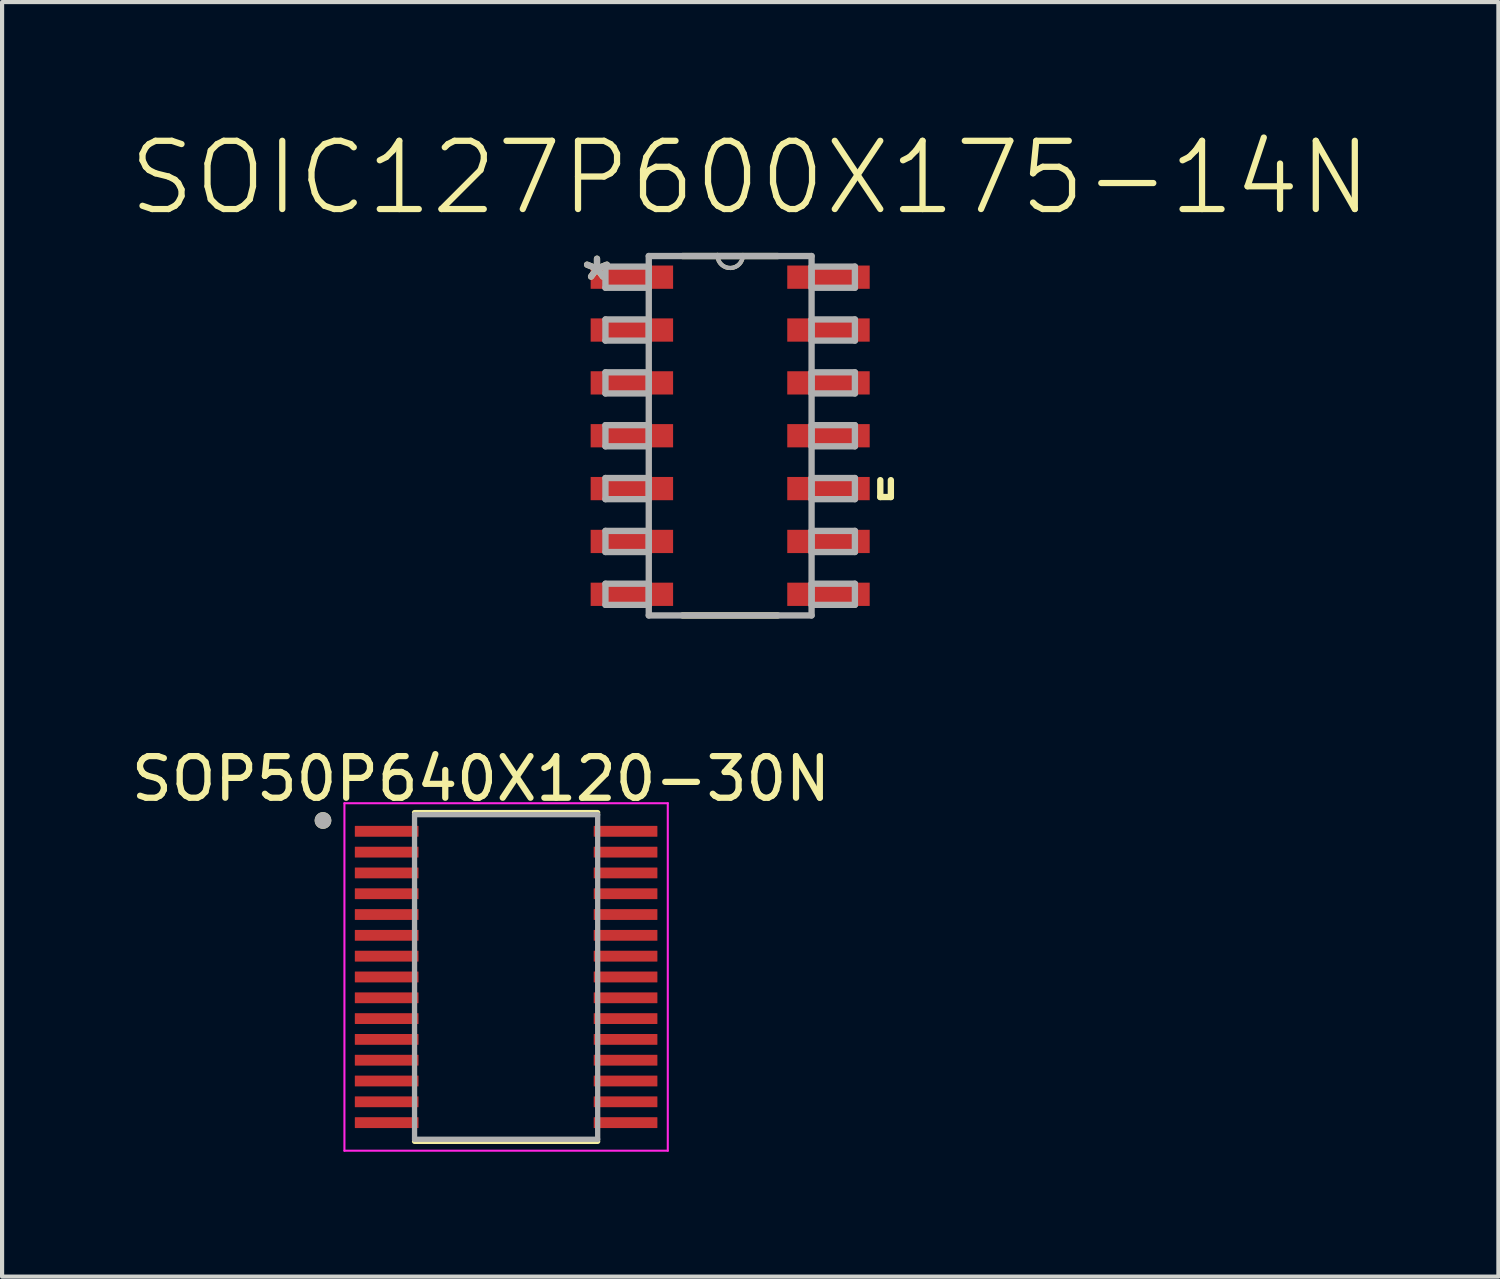
<source format=kicad_pcb>
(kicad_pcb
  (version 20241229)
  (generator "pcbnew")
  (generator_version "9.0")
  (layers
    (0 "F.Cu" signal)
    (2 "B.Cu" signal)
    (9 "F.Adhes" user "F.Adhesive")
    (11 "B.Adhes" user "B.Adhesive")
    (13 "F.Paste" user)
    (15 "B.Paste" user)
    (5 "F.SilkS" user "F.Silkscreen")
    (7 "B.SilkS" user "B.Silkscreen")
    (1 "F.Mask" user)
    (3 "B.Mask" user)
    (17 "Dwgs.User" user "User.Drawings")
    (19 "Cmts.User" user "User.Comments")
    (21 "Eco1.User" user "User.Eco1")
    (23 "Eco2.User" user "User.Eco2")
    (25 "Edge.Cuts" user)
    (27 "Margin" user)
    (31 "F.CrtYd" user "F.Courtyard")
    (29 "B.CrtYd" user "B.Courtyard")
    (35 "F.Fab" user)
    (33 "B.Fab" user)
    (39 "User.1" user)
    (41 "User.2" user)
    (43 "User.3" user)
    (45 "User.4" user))
  (footprint "SOIC127P600X175-14N"
    (layer "F.Cu")
    (at 14.495 7.42)
    (property "Reference" "SOIC127P600X175-14N" (at 0.483 -6.198 0) (layer "F.SilkS") (effects (font (size 1.64 1.64) (thickness 0.15))))
    (attr through_hole)
    (fp_line (start -1.143 4.318) (end 1.143 4.318) (stroke (width 0.152) (type solid)) (layer "F.SilkS"))
    (fp_line (start -0.305 -4.318) (end -1.143 -4.318) (stroke (width 0.152) (type solid)) (layer "F.SilkS"))
    (fp_line (start 1.143 -4.318) (end -0.305 -4.318) (stroke (width 0.152) (type solid)) (layer "F.SilkS"))
    (fp_line (start 3.607 1.473) (end 3.607 1.067) (stroke (width 0.152) (type solid)) (layer "F.SilkS"))
    (fp_line (start 3.861 1.067) (end 3.861 1.473) (stroke (width 0.152) (type solid)) (layer "F.SilkS"))
    (fp_line (start 3.861 1.473) (end 3.607 1.473) (stroke (width 0.152) (type solid)) (layer "F.SilkS"))
    (fp_arc (start 0.3048 -4.3434) (mid 0.0127 -4.0259) (end -0.3048 -4.318) (stroke (width 0.1) (type solid)) (layer "F.SilkS"))
    (fp_line (start -2.997 -4.064) (end -2.997 -3.556) (stroke (width 0.152) (type solid)) (layer "F.Fab"))
    (fp_line (start -2.997 -3.556) (end -1.956 -3.556) (stroke (width 0.152) (type solid)) (layer "F.Fab"))
    (fp_line (start -2.997 -2.794) (end -2.997 -2.286) (stroke (width 0.152) (type solid)) (layer "F.Fab"))
    (fp_line (start -2.997 -2.286) (end -1.956 -2.286) (stroke (width 0.152) (type solid)) (layer "F.Fab"))
    (fp_line (start -2.997 -1.524) (end -2.997 -1.016) (stroke (width 0.152) (type solid)) (layer "F.Fab"))
    (fp_line (start -2.997 -1.016) (end -1.956 -1.016) (stroke (width 0.152) (type solid)) (layer "F.Fab"))
    (fp_line (start -2.997 -0.254) (end -2.997 0.254) (stroke (width 0.152) (type solid)) (layer "F.Fab"))
    (fp_line (start -2.997 0.254) (end -1.956 0.254) (stroke (width 0.152) (type solid)) (layer "F.Fab"))
    (fp_line (start -2.997 1.016) (end -2.997 1.524) (stroke (width 0.152) (type solid)) (layer "F.Fab"))
    (fp_line (start -2.997 1.524) (end -1.956 1.524) (stroke (width 0.152) (type solid)) (layer "F.Fab"))
    (fp_line (start -2.997 2.286) (end -2.997 2.794) (stroke (width 0.152) (type solid)) (layer "F.Fab"))
    (fp_line (start -2.997 2.794) (end -1.956 2.794) (stroke (width 0.152) (type solid)) (layer "F.Fab"))
    (fp_line (start -2.997 3.556) (end -2.997 4.064) (stroke (width 0.152) (type solid)) (layer "F.Fab"))
    (fp_line (start -2.997 4.064) (end -1.956 4.064) (stroke (width 0.152) (type solid)) (layer "F.Fab"))
    (fp_line (start -1.956 -4.318) (end -1.956 4.318) (stroke (width 0.152) (type solid)) (layer "F.Fab"))
    (fp_line (start -1.956 -4.064) (end -2.997 -4.064) (stroke (width 0.152) (type solid)) (layer "F.Fab"))
    (fp_line (start -1.956 -3.556) (end -1.956 -4.064) (stroke (width 0.152) (type solid)) (layer "F.Fab"))
    (fp_line (start -1.956 -2.794) (end -2.997 -2.794) (stroke (width 0.152) (type solid)) (layer "F.Fab"))
    (fp_line (start -1.956 -2.286) (end -1.956 -2.794) (stroke (width 0.152) (type solid)) (layer "F.Fab"))
    (fp_line (start -1.956 -1.524) (end -2.997 -1.524) (stroke (width 0.152) (type solid)) (layer "F.Fab"))
    (fp_line (start -1.956 -1.016) (end -1.956 -1.524) (stroke (width 0.152) (type solid)) (layer "F.Fab"))
    (fp_line (start -1.956 -0.254) (end -2.997 -0.254) (stroke (width 0.152) (type solid)) (layer "F.Fab"))
    (fp_line (start -1.956 0.254) (end -1.956 -0.254) (stroke (width 0.152) (type solid)) (layer "F.Fab"))
    (fp_line (start -1.956 1.016) (end -2.997 1.016) (stroke (width 0.152) (type solid)) (layer "F.Fab"))
    (fp_line (start -1.956 1.524) (end -1.956 1.016) (stroke (width 0.152) (type solid)) (layer "F.Fab"))
    (fp_line (start -1.956 2.286) (end -2.997 2.286) (stroke (width 0.152) (type solid)) (layer "F.Fab"))
    (fp_line (start -1.956 2.794) (end -1.956 2.286) (stroke (width 0.152) (type solid)) (layer "F.Fab"))
    (fp_line (start -1.956 3.556) (end -2.997 3.556) (stroke (width 0.152) (type solid)) (layer "F.Fab"))
    (fp_line (start -1.956 4.064) (end -1.956 3.556) (stroke (width 0.152) (type solid)) (layer "F.Fab"))
    (fp_line (start -1.956 4.318) (end 1.956 4.318) (stroke (width 0.152) (type solid)) (layer "F.Fab"))
    (fp_line (start -0.305 -4.318) (end -1.956 -4.318) (stroke (width 0.152) (type solid)) (layer "F.Fab"))
    (fp_line (start 1.956 -4.318) (end -0.305 -4.318) (stroke (width 0.152) (type solid)) (layer "F.Fab"))
    (fp_line (start 1.956 -4.064) (end 1.956 -3.556) (stroke (width 0.152) (type solid)) (layer "F.Fab"))
    (fp_line (start 1.956 -3.556) (end 2.997 -3.556) (stroke (width 0.152) (type solid)) (layer "F.Fab"))
    (fp_line (start 1.956 -2.794) (end 1.956 -2.286) (stroke (width 0.152) (type solid)) (layer "F.Fab"))
    (fp_line (start 1.956 -2.286) (end 2.997 -2.286) (stroke (width 0.152) (type solid)) (layer "F.Fab"))
    (fp_line (start 1.956 -1.524) (end 1.956 -1.016) (stroke (width 0.152) (type solid)) (layer "F.Fab"))
    (fp_line (start 1.956 -1.016) (end 2.997 -1.016) (stroke (width 0.152) (type solid)) (layer "F.Fab"))
    (fp_line (start 1.956 -0.254) (end 1.956 0.254) (stroke (width 0.152) (type solid)) (layer "F.Fab"))
    (fp_line (start 1.956 0.254) (end 2.997 0.254) (stroke (width 0.152) (type solid)) (layer "F.Fab"))
    (fp_line (start 1.956 1.016) (end 1.956 1.524) (stroke (width 0.152) (type solid)) (layer "F.Fab"))
    (fp_line (start 1.956 1.524) (end 2.997 1.524) (stroke (width 0.152) (type solid)) (layer "F.Fab"))
    (fp_line (start 1.956 2.286) (end 1.956 2.794) (stroke (width 0.152) (type solid)) (layer "F.Fab"))
    (fp_line (start 1.956 2.794) (end 2.997 2.794) (stroke (width 0.152) (type solid)) (layer "F.Fab"))
    (fp_line (start 1.956 3.556) (end 1.956 4.064) (stroke (width 0.152) (type solid)) (layer "F.Fab"))
    (fp_line (start 1.956 4.064) (end 2.997 4.064) (stroke (width 0.152) (type solid)) (layer "F.Fab"))
    (fp_line (start 1.956 4.318) (end 1.956 -4.318) (stroke (width 0.152) (type solid)) (layer "F.Fab"))
    (fp_line (start 2.997 -4.064) (end 1.956 -4.064) (stroke (width 0.152) (type solid)) (layer "F.Fab"))
    (fp_line (start 2.997 -3.556) (end 2.997 -4.064) (stroke (width 0.152) (type solid)) (layer "F.Fab"))
    (fp_line (start 2.997 -2.794) (end 1.956 -2.794) (stroke (width 0.152) (type solid)) (layer "F.Fab"))
    (fp_line (start 2.997 -2.286) (end 2.997 -2.794) (stroke (width 0.152) (type solid)) (layer "F.Fab"))
    (fp_line (start 2.997 -1.524) (end 1.956 -1.524) (stroke (width 0.152) (type solid)) (layer "F.Fab"))
    (fp_line (start 2.997 -1.016) (end 2.997 -1.524) (stroke (width 0.152) (type solid)) (layer "F.Fab"))
    (fp_line (start 2.997 -0.254) (end 1.956 -0.254) (stroke (width 0.152) (type solid)) (layer "F.Fab"))
    (fp_line (start 2.997 0.254) (end 2.997 -0.254) (stroke (width 0.152) (type solid)) (layer "F.Fab"))
    (fp_line (start 2.997 1.016) (end 1.956 1.016) (stroke (width 0.152) (type solid)) (layer "F.Fab"))
    (fp_line (start 2.997 1.524) (end 2.997 1.016) (stroke (width 0.152) (type solid)) (layer "F.Fab"))
    (fp_line (start 2.997 2.286) (end 1.956 2.286) (stroke (width 0.152) (type solid)) (layer "F.Fab"))
    (fp_line (start 2.997 2.794) (end 2.997 2.286) (stroke (width 0.152) (type solid)) (layer "F.Fab"))
    (fp_line (start 2.997 3.556) (end 1.956 3.556) (stroke (width 0.152) (type solid)) (layer "F.Fab"))
    (fp_line (start 2.997 4.064) (end 2.997 3.556) (stroke (width 0.152) (type solid)) (layer "F.Fab"))
    (fp_arc (start 0.3048 -4.3434) (mid 0.0127 -4.0259) (end -0.3048 -4.318) (stroke (width 0.1) (type solid)) (layer "F.Fab"))
    (fp_text user "*" (at -3.2 -3.708 0) (layer "F.SilkS") (effects (font (size 1 1) (thickness 0.15))))
    (fp_text user "*" (at -3.2 -3.708 0) (layer "F.Fab") (effects (font (size 1 1) (thickness 0.15))))
    (pad "1" smd rect (at -2.362 -3.81) (size 1.981 0.559) (layers "F.Cu" "F.Mask" "F.Paste"))
    (pad "2" smd rect (at -2.362 -2.54) (size 1.981 0.559) (layers "F.Cu" "F.Mask" "F.Paste"))
    (pad "3" smd rect (at -2.362 -1.27) (size 1.981 0.559) (layers "F.Cu" "F.Mask" "F.Paste"))
    (pad "4" smd rect (at -2.362 0) (size 1.981 0.559) (layers "F.Cu" "F.Mask" "F.Paste"))
    (pad "5" smd rect (at -2.362 1.27) (size 1.981 0.559) (layers "F.Cu" "F.Mask" "F.Paste"))
    (pad "6" smd rect (at -2.362 2.54) (size 1.981 0.559) (layers "F.Cu" "F.Mask" "F.Paste"))
    (pad "7" smd rect (at -2.362 3.81) (size 1.981 0.559) (layers "F.Cu" "F.Mask" "F.Paste"))
    (pad "8" smd rect (at 2.362 3.81) (size 1.981 0.559) (layers "F.Cu" "F.Mask" "F.Paste"))
    (pad "9" smd rect (at 2.362 2.54) (size 1.981 0.559) (layers "F.Cu" "F.Mask" "F.Paste"))
    (pad "10" smd rect (at 2.362 1.27) (size 1.981 0.559) (layers "F.Cu" "F.Mask" "F.Paste"))
    (pad "11" smd rect (at 2.362 0) (size 1.981 0.559) (layers "F.Cu" "F.Mask" "F.Paste"))
    (pad "12" smd rect (at 2.362 -1.27) (size 1.981 0.559) (layers "F.Cu" "F.Mask" "F.Paste"))
    (pad "13" smd rect (at 2.362 -2.54) (size 1.981 0.559) (layers "F.Cu" "F.Mask" "F.Paste"))
    (pad "14" smd rect (at 2.362 -3.81) (size 1.981 0.559) (layers "F.Cu" "F.Mask" "F.Paste")))
  (footprint "SOP50P640X120-30N"
    (layer "F.Cu")
    (at 9.111 20.425)
    (property "Reference" "SOP50P640X120-30N" (at -0.605 -4.762 0) (layer "F.SilkS") (effects (font (size 1 1) (thickness 0.15))))
    (attr smd)
    (fp_line (start -2.2 -3.95) (end 2.2 -3.95) (stroke (width 0.127) (type solid)) (layer "F.SilkS"))
    (fp_line (start -2.2 3.95) (end 2.2 3.95) (stroke (width 0.127) (type solid)) (layer "F.SilkS"))
    (fp_circle (center -4.4 -3.76) (end -4.3 -3.76) (stroke (width 0.2) (type solid)) (fill no) (layer "F.SilkS"))
    (fp_line (start -3.885 -4.175) (end -3.885 4.175) (stroke (width 0.05) (type solid)) (layer "F.CrtYd"))
    (fp_line (start -3.885 -4.175) (end 3.885 -4.175) (stroke (width 0.05) (type solid)) (layer "F.CrtYd"))
    (fp_line (start -3.885 4.175) (end 3.885 4.175) (stroke (width 0.05) (type solid)) (layer "F.CrtYd"))
    (fp_line (start 3.885 -4.175) (end 3.885 4.175) (stroke (width 0.05) (type solid)) (layer "F.CrtYd"))
    (fp_line (start -2.2 -3.9) (end -2.2 3.9) (stroke (width 0.127) (type solid)) (layer "F.Fab"))
    (fp_line (start -2.2 -3.9) (end 2.2 -3.9) (stroke (width 0.127) (type solid)) (layer "F.Fab"))
    (fp_line (start -2.2 3.9) (end 2.2 3.9) (stroke (width 0.127) (type solid)) (layer "F.Fab"))
    (fp_line (start 2.2 -3.9) (end 2.2 3.9) (stroke (width 0.127) (type solid)) (layer "F.Fab"))
    (fp_circle (center -4.4 -3.76) (end -4.3 -3.76) (stroke (width 0.2) (type solid)) (fill no) (layer "F.Fab"))
    (pad "1" smd roundrect (at -2.87 -3.5) (size 1.53 0.26) (layers "F.Cu" "F.Mask" "F.Paste") (roundrect_rratio 0.03))
    (pad "2" smd roundrect (at -2.87 -3) (size 1.53 0.26) (layers "F.Cu" "F.Mask" "F.Paste") (roundrect_rratio 0.03))
    (pad "3" smd roundrect (at -2.87 -2.5) (size 1.53 0.26) (layers "F.Cu" "F.Mask" "F.Paste") (roundrect_rratio 0.03))
    (pad "4" smd roundrect (at -2.87 -2) (size 1.53 0.26) (layers "F.Cu" "F.Mask" "F.Paste") (roundrect_rratio 0.03))
    (pad "5" smd roundrect (at -2.87 -1.5) (size 1.53 0.26) (layers "F.Cu" "F.Mask" "F.Paste") (roundrect_rratio 0.03))
    (pad "6" smd roundrect (at -2.87 -1) (size 1.53 0.26) (layers "F.Cu" "F.Mask" "F.Paste") (roundrect_rratio 0.03))
    (pad "7" smd roundrect (at -2.87 -0.5) (size 1.53 0.26) (layers "F.Cu" "F.Mask" "F.Paste") (roundrect_rratio 0.03))
    (pad "8" smd roundrect (at -2.87 0) (size 1.53 0.26) (layers "F.Cu" "F.Mask" "F.Paste") (roundrect_rratio 0.03))
    (pad "9" smd roundrect (at -2.87 0.5) (size 1.53 0.26) (layers "F.Cu" "F.Mask" "F.Paste") (roundrect_rratio 0.03))
    (pad "10" smd roundrect (at -2.87 1) (size 1.53 0.26) (layers "F.Cu" "F.Mask" "F.Paste") (roundrect_rratio 0.03))
    (pad "11" smd roundrect (at -2.87 1.5) (size 1.53 0.26) (layers "F.Cu" "F.Mask" "F.Paste") (roundrect_rratio 0.03))
    (pad "12" smd roundrect (at -2.87 2) (size 1.53 0.26) (layers "F.Cu" "F.Mask" "F.Paste") (roundrect_rratio 0.03))
    (pad "13" smd roundrect (at -2.87 2.5) (size 1.53 0.26) (layers "F.Cu" "F.Mask" "F.Paste") (roundrect_rratio 0.03))
    (pad "14" smd roundrect (at -2.87 3) (size 1.53 0.26) (layers "F.Cu" "F.Mask" "F.Paste") (roundrect_rratio 0.03))
    (pad "15" smd roundrect (at -2.87 3.5) (size 1.53 0.26) (layers "F.Cu" "F.Mask" "F.Paste") (roundrect_rratio 0.03))
    (pad "16" smd roundrect (at 2.87 3.5) (size 1.53 0.26) (layers "F.Cu" "F.Mask" "F.Paste") (roundrect_rratio 0.03))
    (pad "17" smd roundrect (at 2.87 3) (size 1.53 0.26) (layers "F.Cu" "F.Mask" "F.Paste") (roundrect_rratio 0.03))
    (pad "18" smd roundrect (at 2.87 2.5) (size 1.53 0.26) (layers "F.Cu" "F.Mask" "F.Paste") (roundrect_rratio 0.03))
    (pad "19" smd roundrect (at 2.87 2) (size 1.53 0.26) (layers "F.Cu" "F.Mask" "F.Paste") (roundrect_rratio 0.03))
    (pad "20" smd roundrect (at 2.87 1.5) (size 1.53 0.26) (layers "F.Cu" "F.Mask" "F.Paste") (roundrect_rratio 0.03))
    (pad "21" smd roundrect (at 2.87 1) (size 1.53 0.26) (layers "F.Cu" "F.Mask" "F.Paste") (roundrect_rratio 0.03))
    (pad "22" smd roundrect (at 2.87 0.5) (size 1.53 0.26) (layers "F.Cu" "F.Mask" "F.Paste") (roundrect_rratio 0.03))
    (pad "23" smd roundrect (at 2.87 0) (size 1.53 0.26) (layers "F.Cu" "F.Mask" "F.Paste") (roundrect_rratio 0.03))
    (pad "24" smd roundrect (at 2.87 -0.5) (size 1.53 0.26) (layers "F.Cu" "F.Mask" "F.Paste") (roundrect_rratio 0.03))
    (pad "25" smd roundrect (at 2.87 -1) (size 1.53 0.26) (layers "F.Cu" "F.Mask" "F.Paste") (roundrect_rratio 0.03))
    (pad "26" smd roundrect (at 2.87 -1.5) (size 1.53 0.26) (layers "F.Cu" "F.Mask" "F.Paste") (roundrect_rratio 0.03))
    (pad "27" smd roundrect (at 2.87 -2) (size 1.53 0.26) (layers "F.Cu" "F.Mask" "F.Paste") (roundrect_rratio 0.03))
    (pad "28" smd roundrect (at 2.87 -2.5) (size 1.53 0.26) (layers "F.Cu" "F.Mask" "F.Paste") (roundrect_rratio 0.03))
    (pad "29" smd roundrect (at 2.87 -3) (size 1.53 0.26) (layers "F.Cu" "F.Mask" "F.Paste") (roundrect_rratio 0.03))
    (pad "30" smd roundrect (at 2.87 -3.5) (size 1.53 0.26) (layers "F.Cu" "F.Mask" "F.Paste") (roundrect_rratio 0.03)))
  (gr_rect
    (start -3 -3)
    (end 32.954 27.625)
    (stroke (width 0.1) (type default))
    (fill no)
    (layer "Edge.Cuts")))
</source>
